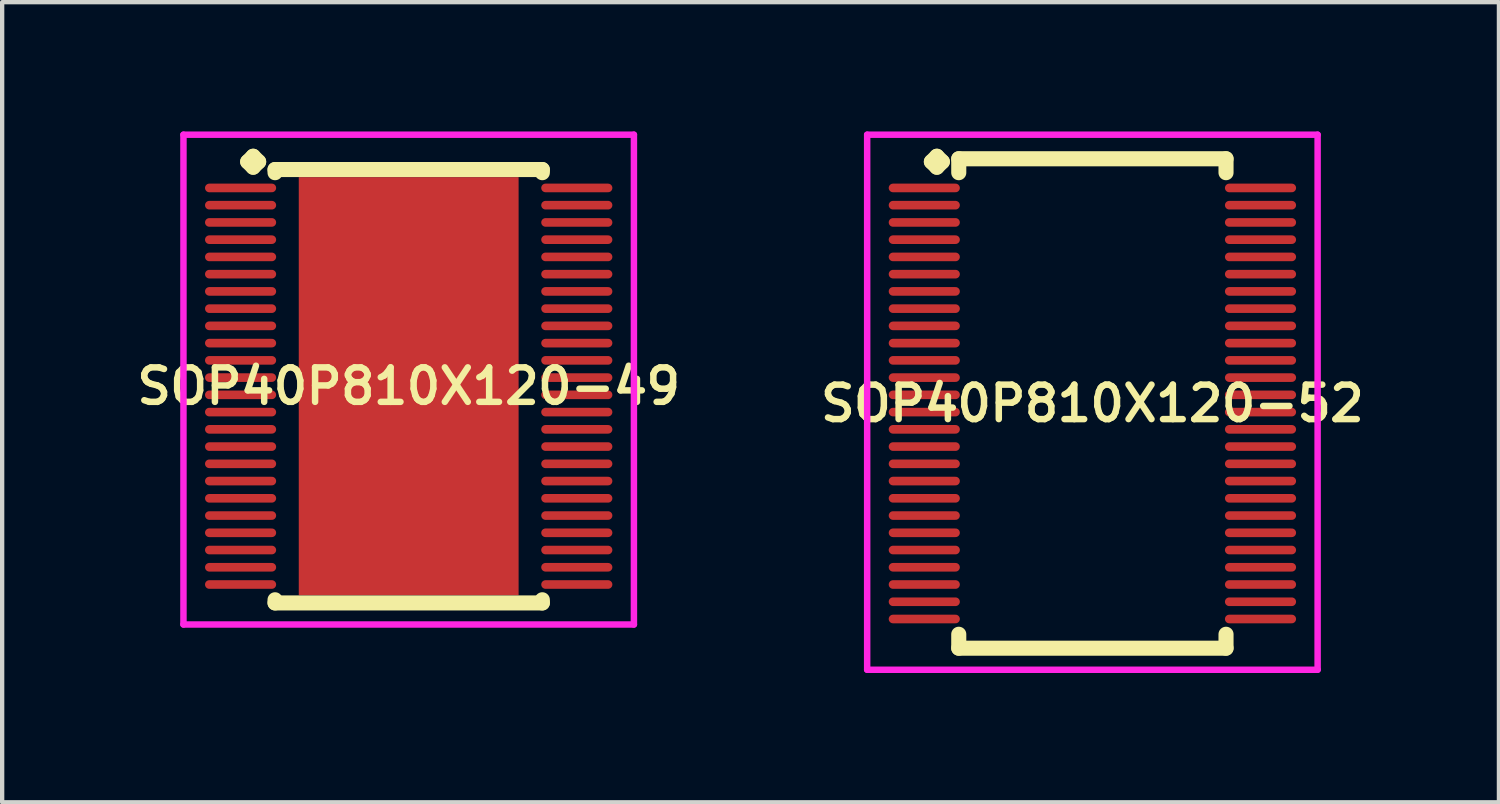
<source format=kicad_pcb>
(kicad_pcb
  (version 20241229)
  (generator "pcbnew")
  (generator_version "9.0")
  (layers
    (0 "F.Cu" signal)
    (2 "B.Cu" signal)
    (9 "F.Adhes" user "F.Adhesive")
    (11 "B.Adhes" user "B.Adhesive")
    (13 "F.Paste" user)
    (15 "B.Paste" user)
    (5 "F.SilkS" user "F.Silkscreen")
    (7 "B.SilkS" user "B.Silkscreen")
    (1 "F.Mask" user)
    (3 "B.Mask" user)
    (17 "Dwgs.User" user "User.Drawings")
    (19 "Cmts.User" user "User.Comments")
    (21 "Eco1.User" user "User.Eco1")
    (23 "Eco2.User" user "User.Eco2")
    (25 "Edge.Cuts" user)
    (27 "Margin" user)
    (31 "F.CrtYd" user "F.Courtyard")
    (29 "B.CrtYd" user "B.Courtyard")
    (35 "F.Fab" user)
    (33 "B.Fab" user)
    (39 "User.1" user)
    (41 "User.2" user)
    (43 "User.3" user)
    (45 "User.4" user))
  (footprint "SOP40P810X120-49"
    (layer "F.Cu")
    (at 6.431 5.91)
    (property "Reference" "SOP40P810X120-49" (at 0 0 0) (layer "F.SilkS") (effects (font (size 0.8 0.8) (thickness 0.15))))
    (attr through_hole)
    (fp_line (start -3.735 -5.208) (end -3.608 -5.335) (stroke (width 0.35) (type solid)) (layer "F.SilkS"))
    (fp_line (start -3.608 -5.335) (end -3.481 -5.208) (stroke (width 0.35) (type solid)) (layer "F.SilkS"))
    (fp_line (start -3.608 -5.081) (end -3.735 -5.208) (stroke (width 0.35) (type solid)) (layer "F.SilkS"))
    (fp_line (start -3.481 -5.208) (end -3.608 -5.081) (stroke (width 0.35) (type solid)) (layer "F.SilkS"))
    (fp_line (start -3.1 -5.027) (end 3.1 -5.027) (stroke (width 0.35) (type solid)) (layer "F.SilkS"))
    (fp_line (start -3.1 -4.954) (end -3.1 -5.027) (stroke (width 0.35) (type solid)) (layer "F.SilkS"))
    (fp_line (start -3.1 4.954) (end -3.1 5.027) (stroke (width 0.35) (type solid)) (layer "F.SilkS"))
    (fp_line (start -3.1 5.027) (end 3.1 5.027) (stroke (width 0.35) (type solid)) (layer "F.SilkS"))
    (fp_line (start 3.1 -5.027) (end 3.1 -4.954) (stroke (width 0.35) (type solid)) (layer "F.SilkS"))
    (fp_line (start 3.1 5.027) (end 3.1 4.954) (stroke (width 0.35) (type solid)) (layer "F.SilkS"))
    (fp_line (start -5.225 -5.835) (end 5.225 -5.835) (stroke (width 0.15) (type solid)) (layer "F.CrtYd"))
    (fp_line (start -5.225 5.527) (end -5.225 -5.835) (stroke (width 0.15) (type solid)) (layer "F.CrtYd"))
    (fp_line (start 5.225 -5.835) (end 5.225 5.527) (stroke (width 0.15) (type solid)) (layer "F.CrtYd"))
    (fp_line (start 5.225 5.527) (end -5.225 5.527) (stroke (width 0.15) (type solid)) (layer "F.CrtYd"))
    (pad "1" smd oval (at -3.9 -4.6) (size 1.65 0.2) (layers "F.Cu" "F.Mask" "F.Paste"))
    (pad "2" smd oval (at -3.9 -4.2) (size 1.65 0.2) (layers "F.Cu" "F.Mask" "F.Paste"))
    (pad "3" smd oval (at -3.9 -3.8) (size 1.65 0.2) (layers "F.Cu" "F.Mask" "F.Paste"))
    (pad "4" smd oval (at -3.9 -3.4) (size 1.65 0.2) (layers "F.Cu" "F.Mask" "F.Paste"))
    (pad "5" smd oval (at -3.9 -3) (size 1.65 0.2) (layers "F.Cu" "F.Mask" "F.Paste"))
    (pad "6" smd oval (at -3.9 -2.6) (size 1.65 0.2) (layers "F.Cu" "F.Mask" "F.Paste"))
    (pad "7" smd oval (at -3.9 -2.2) (size 1.65 0.2) (layers "F.Cu" "F.Mask" "F.Paste"))
    (pad "8" smd oval (at -3.9 -1.8) (size 1.65 0.2) (layers "F.Cu" "F.Mask" "F.Paste"))
    (pad "9" smd oval (at -3.9 -1.4) (size 1.65 0.2) (layers "F.Cu" "F.Mask" "F.Paste"))
    (pad "10" smd oval (at -3.9 -1) (size 1.65 0.2) (layers "F.Cu" "F.Mask" "F.Paste"))
    (pad "11" smd oval (at -3.9 -0.6) (size 1.65 0.2) (layers "F.Cu" "F.Mask" "F.Paste"))
    (pad "12" smd oval (at -3.9 -0.2) (size 1.65 0.2) (layers "F.Cu" "F.Mask" "F.Paste"))
    (pad "13" smd oval (at -3.9 0.2) (size 1.65 0.2) (layers "F.Cu" "F.Mask" "F.Paste"))
    (pad "14" smd oval (at -3.9 0.6) (size 1.65 0.2) (layers "F.Cu" "F.Mask" "F.Paste"))
    (pad "15" smd oval (at -3.9 1) (size 1.65 0.2) (layers "F.Cu" "F.Mask" "F.Paste"))
    (pad "16" smd oval (at -3.9 1.4) (size 1.65 0.2) (layers "F.Cu" "F.Mask" "F.Paste"))
    (pad "17" smd oval (at -3.9 1.8) (size 1.65 0.2) (layers "F.Cu" "F.Mask" "F.Paste"))
    (pad "18" smd oval (at -3.9 2.2) (size 1.65 0.2) (layers "F.Cu" "F.Mask" "F.Paste"))
    (pad "19" smd oval (at -3.9 2.6) (size 1.65 0.2) (layers "F.Cu" "F.Mask" "F.Paste"))
    (pad "20" smd oval (at -3.9 3) (size 1.65 0.2) (layers "F.Cu" "F.Mask" "F.Paste"))
    (pad "21" smd oval (at -3.9 3.4) (size 1.65 0.2) (layers "F.Cu" "F.Mask" "F.Paste"))
    (pad "22" smd oval (at -3.9 3.8) (size 1.65 0.2) (layers "F.Cu" "F.Mask" "F.Paste"))
    (pad "23" smd oval (at -3.9 4.2) (size 1.65 0.2) (layers "F.Cu" "F.Mask" "F.Paste"))
    (pad "24" smd oval (at -3.9 4.6) (size 1.65 0.2) (layers "F.Cu" "F.Mask" "F.Paste"))
    (pad "25" smd oval (at 3.9 4.6) (size 1.65 0.2) (layers "F.Cu" "F.Mask" "F.Paste"))
    (pad "26" smd oval (at 3.9 4.2) (size 1.65 0.2) (layers "F.Cu" "F.Mask" "F.Paste"))
    (pad "27" smd oval (at 3.9 3.8) (size 1.65 0.2) (layers "F.Cu" "F.Mask" "F.Paste"))
    (pad "28" smd oval (at 3.9 3.4) (size 1.65 0.2) (layers "F.Cu" "F.Mask" "F.Paste"))
    (pad "29" smd oval (at 3.9 3) (size 1.65 0.2) (layers "F.Cu" "F.Mask" "F.Paste"))
    (pad "30" smd oval (at 3.9 2.6) (size 1.65 0.2) (layers "F.Cu" "F.Mask" "F.Paste"))
    (pad "31" smd oval (at 3.9 2.2) (size 1.65 0.2) (layers "F.Cu" "F.Mask" "F.Paste"))
    (pad "32" smd oval (at 3.9 1.8) (size 1.65 0.2) (layers "F.Cu" "F.Mask" "F.Paste"))
    (pad "33" smd oval (at 3.9 1.4) (size 1.65 0.2) (layers "F.Cu" "F.Mask" "F.Paste"))
    (pad "34" smd oval (at 3.9 1) (size 1.65 0.2) (layers "F.Cu" "F.Mask" "F.Paste"))
    (pad "35" smd oval (at 3.9 0.6) (size 1.65 0.2) (layers "F.Cu" "F.Mask" "F.Paste"))
    (pad "36" smd oval (at 3.9 0.2) (size 1.65 0.2) (layers "F.Cu" "F.Mask" "F.Paste"))
    (pad "37" smd oval (at 3.9 -0.2) (size 1.65 0.2) (layers "F.Cu" "F.Mask" "F.Paste"))
    (pad "38" smd oval (at 3.9 -0.6) (size 1.65 0.2) (layers "F.Cu" "F.Mask" "F.Paste"))
    (pad "39" smd oval (at 3.9 -1) (size 1.65 0.2) (layers "F.Cu" "F.Mask" "F.Paste"))
    (pad "40" smd oval (at 3.9 -1.4) (size 1.65 0.2) (layers "F.Cu" "F.Mask" "F.Paste"))
    (pad "41" smd oval (at 3.9 -1.8) (size 1.65 0.2) (layers "F.Cu" "F.Mask" "F.Paste"))
    (pad "42" smd oval (at 3.9 -2.2) (size 1.65 0.2) (layers "F.Cu" "F.Mask" "F.Paste"))
    (pad "43" smd oval (at 3.9 -2.6) (size 1.65 0.2) (layers "F.Cu" "F.Mask" "F.Paste"))
    (pad "44" smd oval (at 3.9 -3) (size 1.65 0.2) (layers "F.Cu" "F.Mask" "F.Paste"))
    (pad "45" smd oval (at 3.9 -3.4) (size 1.65 0.2) (layers "F.Cu" "F.Mask" "F.Paste"))
    (pad "46" smd oval (at 3.9 -3.8) (size 1.65 0.2) (layers "F.Cu" "F.Mask" "F.Paste"))
    (pad "47" smd oval (at 3.9 -4.2) (size 1.65 0.2) (layers "F.Cu" "F.Mask" "F.Paste"))
    (pad "48" smd oval (at 3.9 -4.6) (size 1.65 0.2) (layers "F.Cu" "F.Mask" "F.Paste"))
    (pad "49" smd rect (at 0 0) (size 5.1 9.7) (layers "F.Cu" "F.Mask" "F.Paste")))
  (footprint "SOP40P810X120-52"
    (layer "F.Cu")
    (at 22.292 6.31)
    (property "Reference" "SOP40P810X120-52" (at 0 0 0) (layer "F.SilkS") (effects (font (size 0.8 0.8) (thickness 0.15))))
    (attr smd)
    (fp_line (start -3.735 -5.608) (end -3.608 -5.735) (stroke (width 0.35) (type solid)) (layer "F.SilkS"))
    (fp_line (start -3.608 -5.735) (end -3.481 -5.608) (stroke (width 0.35) (type solid)) (layer "F.SilkS"))
    (fp_line (start -3.608 -5.481) (end -3.735 -5.608) (stroke (width 0.35) (type solid)) (layer "F.SilkS"))
    (fp_line (start -3.481 -5.608) (end -3.608 -5.481) (stroke (width 0.35) (type solid)) (layer "F.SilkS"))
    (fp_line (start -3.1 -5.677) (end 3.1 -5.677) (stroke (width 0.35) (type solid)) (layer "F.SilkS"))
    (fp_line (start -3.1 -5.354) (end -3.1 -5.677) (stroke (width 0.35) (type solid)) (layer "F.SilkS"))
    (fp_line (start -3.1 5.354) (end -3.1 5.677) (stroke (width 0.35) (type solid)) (layer "F.SilkS"))
    (fp_line (start -3.1 5.677) (end 3.1 5.677) (stroke (width 0.35) (type solid)) (layer "F.SilkS"))
    (fp_line (start 3.1 -5.677) (end 3.1 -5.354) (stroke (width 0.35) (type solid)) (layer "F.SilkS"))
    (fp_line (start 3.1 5.677) (end 3.1 5.354) (stroke (width 0.35) (type solid)) (layer "F.SilkS"))
    (fp_line (start -5.225 -6.235) (end 5.225 -6.235) (stroke (width 0.15) (type solid)) (layer "F.CrtYd"))
    (fp_line (start -5.225 6.177) (end -5.225 -6.235) (stroke (width 0.15) (type solid)) (layer "F.CrtYd"))
    (fp_line (start 5.225 -6.235) (end 5.225 6.177) (stroke (width 0.15) (type solid)) (layer "F.CrtYd"))
    (fp_line (start 5.225 6.177) (end -5.225 6.177) (stroke (width 0.15) (type solid)) (layer "F.CrtYd"))
    (pad "1" smd oval (at -3.9 -5) (size 1.65 0.2) (layers "F.Cu" "F.Mask" "F.Paste"))
    (pad "2" smd oval (at -3.9 -4.6) (size 1.65 0.2) (layers "F.Cu" "F.Mask" "F.Paste"))
    (pad "3" smd oval (at -3.9 -4.2) (size 1.65 0.2) (layers "F.Cu" "F.Mask" "F.Paste"))
    (pad "4" smd oval (at -3.9 -3.8) (size 1.65 0.2) (layers "F.Cu" "F.Mask" "F.Paste"))
    (pad "5" smd oval (at -3.9 -3.4) (size 1.65 0.2) (layers "F.Cu" "F.Mask" "F.Paste"))
    (pad "6" smd oval (at -3.9 -3) (size 1.65 0.2) (layers "F.Cu" "F.Mask" "F.Paste"))
    (pad "7" smd oval (at -3.9 -2.6) (size 1.65 0.2) (layers "F.Cu" "F.Mask" "F.Paste"))
    (pad "8" smd oval (at -3.9 -2.2) (size 1.65 0.2) (layers "F.Cu" "F.Mask" "F.Paste"))
    (pad "9" smd oval (at -3.9 -1.8) (size 1.65 0.2) (layers "F.Cu" "F.Mask" "F.Paste"))
    (pad "10" smd oval (at -3.9 -1.4) (size 1.65 0.2) (layers "F.Cu" "F.Mask" "F.Paste"))
    (pad "11" smd oval (at -3.9 -1) (size 1.65 0.2) (layers "F.Cu" "F.Mask" "F.Paste"))
    (pad "12" smd oval (at -3.9 -0.6) (size 1.65 0.2) (layers "F.Cu" "F.Mask" "F.Paste"))
    (pad "13" smd oval (at -3.9 -0.2) (size 1.65 0.2) (layers "F.Cu" "F.Mask" "F.Paste"))
    (pad "14" smd oval (at -3.9 0.2) (size 1.65 0.2) (layers "F.Cu" "F.Mask" "F.Paste"))
    (pad "15" smd oval (at -3.9 0.6) (size 1.65 0.2) (layers "F.Cu" "F.Mask" "F.Paste"))
    (pad "16" smd oval (at -3.9 1) (size 1.65 0.2) (layers "F.Cu" "F.Mask" "F.Paste"))
    (pad "17" smd oval (at -3.9 1.4) (size 1.65 0.2) (layers "F.Cu" "F.Mask" "F.Paste"))
    (pad "18" smd oval (at -3.9 1.8) (size 1.65 0.2) (layers "F.Cu" "F.Mask" "F.Paste"))
    (pad "19" smd oval (at -3.9 2.2) (size 1.65 0.2) (layers "F.Cu" "F.Mask" "F.Paste"))
    (pad "20" smd oval (at -3.9 2.6) (size 1.65 0.2) (layers "F.Cu" "F.Mask" "F.Paste"))
    (pad "21" smd oval (at -3.9 3) (size 1.65 0.2) (layers "F.Cu" "F.Mask" "F.Paste"))
    (pad "22" smd oval (at -3.9 3.4) (size 1.65 0.2) (layers "F.Cu" "F.Mask" "F.Paste"))
    (pad "23" smd oval (at -3.9 3.8) (size 1.65 0.2) (layers "F.Cu" "F.Mask" "F.Paste"))
    (pad "24" smd oval (at -3.9 4.2) (size 1.65 0.2) (layers "F.Cu" "F.Mask" "F.Paste"))
    (pad "25" smd oval (at -3.9 4.6) (size 1.65 0.2) (layers "F.Cu" "F.Mask" "F.Paste"))
    (pad "26" smd oval (at -3.9 5) (size 1.65 0.2) (layers "F.Cu" "F.Mask" "F.Paste"))
    (pad "27" smd oval (at 3.9 5) (size 1.65 0.2) (layers "F.Cu" "F.Mask" "F.Paste"))
    (pad "28" smd oval (at 3.9 4.6) (size 1.65 0.2) (layers "F.Cu" "F.Mask" "F.Paste"))
    (pad "29" smd oval (at 3.9 4.2) (size 1.65 0.2) (layers "F.Cu" "F.Mask" "F.Paste"))
    (pad "30" smd oval (at 3.9 3.8) (size 1.65 0.2) (layers "F.Cu" "F.Mask" "F.Paste"))
    (pad "31" smd oval (at 3.9 3.4) (size 1.65 0.2) (layers "F.Cu" "F.Mask" "F.Paste"))
    (pad "32" smd oval (at 3.9 3) (size 1.65 0.2) (layers "F.Cu" "F.Mask" "F.Paste"))
    (pad "33" smd oval (at 3.9 2.6) (size 1.65 0.2) (layers "F.Cu" "F.Mask" "F.Paste"))
    (pad "34" smd oval (at 3.9 2.2) (size 1.65 0.2) (layers "F.Cu" "F.Mask" "F.Paste"))
    (pad "35" smd oval (at 3.9 1.8) (size 1.65 0.2) (layers "F.Cu" "F.Mask" "F.Paste"))
    (pad "36" smd oval (at 3.9 1.4) (size 1.65 0.2) (layers "F.Cu" "F.Mask" "F.Paste"))
    (pad "37" smd oval (at 3.9 1) (size 1.65 0.2) (layers "F.Cu" "F.Mask" "F.Paste"))
    (pad "38" smd oval (at 3.9 0.6) (size 1.65 0.2) (layers "F.Cu" "F.Mask" "F.Paste"))
    (pad "39" smd oval (at 3.9 0.2) (size 1.65 0.2) (layers "F.Cu" "F.Mask" "F.Paste"))
    (pad "40" smd oval (at 3.9 -0.2) (size 1.65 0.2) (layers "F.Cu" "F.Mask" "F.Paste"))
    (pad "41" smd oval (at 3.9 -0.6) (size 1.65 0.2) (layers "F.Cu" "F.Mask" "F.Paste"))
    (pad "42" smd oval (at 3.9 -1) (size 1.65 0.2) (layers "F.Cu" "F.Mask" "F.Paste"))
    (pad "43" smd oval (at 3.9 -1.4) (size 1.65 0.2) (layers "F.Cu" "F.Mask" "F.Paste"))
    (pad "44" smd oval (at 3.9 -1.8) (size 1.65 0.2) (layers "F.Cu" "F.Mask" "F.Paste"))
    (pad "45" smd oval (at 3.9 -2.2) (size 1.65 0.2) (layers "F.Cu" "F.Mask" "F.Paste"))
    (pad "46" smd oval (at 3.9 -2.6) (size 1.65 0.2) (layers "F.Cu" "F.Mask" "F.Paste"))
    (pad "47" smd oval (at 3.9 -3) (size 1.65 0.2) (layers "F.Cu" "F.Mask" "F.Paste"))
    (pad "48" smd oval (at 3.9 -3.4) (size 1.65 0.2) (layers "F.Cu" "F.Mask" "F.Paste"))
    (pad "49" smd oval (at 3.9 -3.8) (size 1.65 0.2) (layers "F.Cu" "F.Mask" "F.Paste"))
    (pad "50" smd oval (at 3.9 -4.2) (size 1.65 0.2) (layers "F.Cu" "F.Mask" "F.Paste"))
    (pad "51" smd oval (at 3.9 -4.6) (size 1.65 0.2) (layers "F.Cu" "F.Mask" "F.Paste"))
    (pad "52" smd oval (at 3.9 -5) (size 1.65 0.2) (layers "F.Cu" "F.Mask" "F.Paste")))
  (gr_rect
    (start -3 -3)
    (end 31.723 15.562)
    (stroke (width 0.1) (type default))
    (fill no)
    (layer "Edge.Cuts")))
</source>
